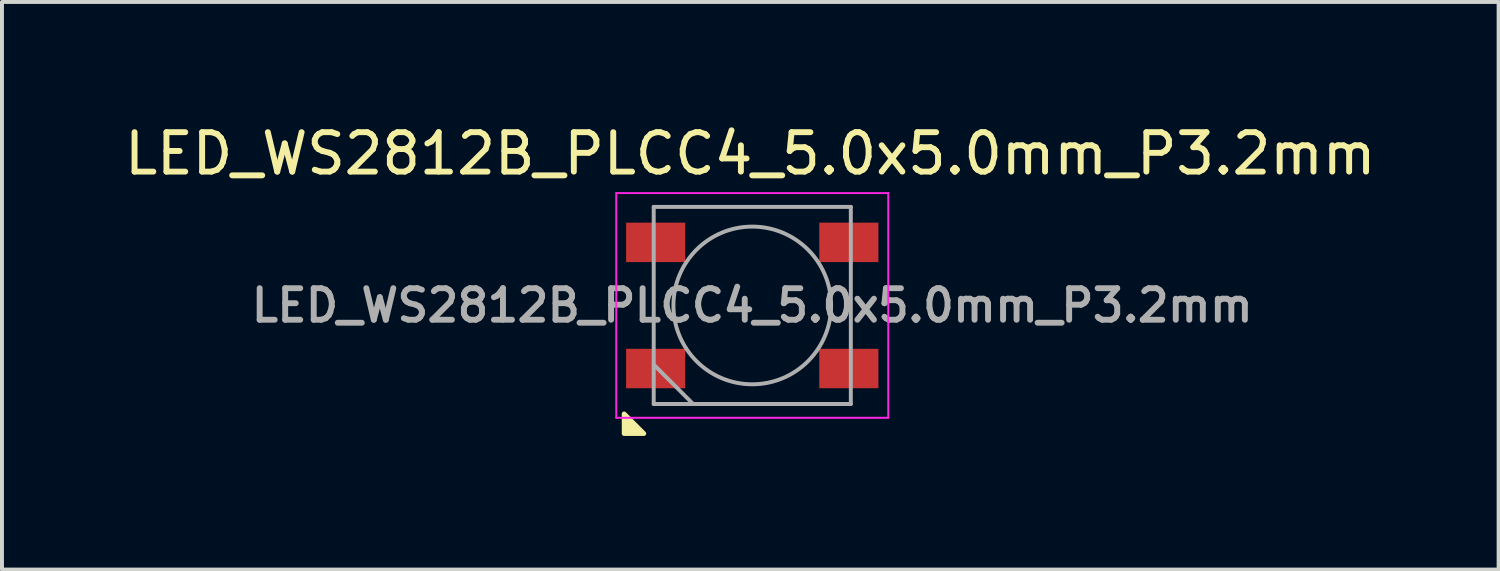
<source format=kicad_pcb>
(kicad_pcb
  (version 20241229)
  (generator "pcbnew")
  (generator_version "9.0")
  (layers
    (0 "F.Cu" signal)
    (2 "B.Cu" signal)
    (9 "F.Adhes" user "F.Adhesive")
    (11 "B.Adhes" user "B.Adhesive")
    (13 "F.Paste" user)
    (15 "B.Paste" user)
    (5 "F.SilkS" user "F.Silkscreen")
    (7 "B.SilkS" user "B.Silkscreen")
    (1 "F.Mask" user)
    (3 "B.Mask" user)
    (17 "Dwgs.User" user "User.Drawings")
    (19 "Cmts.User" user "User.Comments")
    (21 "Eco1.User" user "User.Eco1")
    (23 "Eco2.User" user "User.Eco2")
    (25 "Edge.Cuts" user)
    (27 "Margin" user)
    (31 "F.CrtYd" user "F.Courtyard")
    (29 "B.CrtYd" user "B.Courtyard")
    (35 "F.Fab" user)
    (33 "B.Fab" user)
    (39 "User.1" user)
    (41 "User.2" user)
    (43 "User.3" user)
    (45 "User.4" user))
  (footprint "LED_WS2812B_PLCC4_5.0x5.0mm_P3.2mm"
    (layer "F.Cu")
    (at 12.582 8.148)
    (property "Reference" "LED_WS2812B_PLCC4_5.0x5.0mm_P3.2mm" (at 3.4 -7.3 0) (layer "F.SilkS") (effects (font (size 1 1) (thickness 0.15))))
    (attr smd)
    (fp_poly (pts (xy 5.9 -1) (xy 1 -1) (xy 1 -5.9) (xy 5.9 -5.9)) (stroke (width 0.12) (type solid)) (fill yes) (layer "F.Mask"))
    (fp_poly (pts (xy 0.2 -0.7) (xy 0.7 -0.2) (xy 0.2 -0.2)) (stroke (width 0.12) (type solid)) (fill yes) (layer "F.SilkS"))
    (fp_line (start 0 -0.6) (end 0 -6.3) (stroke (width 0.05) (type solid)) (layer "F.CrtYd"))
    (fp_line (start 0 -0.6) (end 6.9 -0.6) (stroke (width 0.05) (type solid)) (layer "F.CrtYd"))
    (fp_line (start 6.9 -6.3) (end 0 -6.3) (stroke (width 0.05) (type solid)) (layer "F.CrtYd"))
    (fp_line (start 6.9 -0.6) (end 6.9 -6.3) (stroke (width 0.05) (type solid)) (layer "F.CrtYd"))
    (fp_line (start 0.95 -5.95) (end 0.95 -0.95) (stroke (width 0.1) (type solid)) (layer "F.Fab"))
    (fp_line (start 0.95 -0.95) (end 5.95 -0.95) (stroke (width 0.1) (type solid)) (layer "F.Fab"))
    (fp_line (start 1.95 -0.95) (end 0.95 -1.95) (stroke (width 0.1) (type solid)) (layer "F.Fab"))
    (fp_line (start 5.95 -5.95) (end 0.95 -5.95) (stroke (width 0.1) (type solid)) (layer "F.Fab"))
    (fp_line (start 5.95 -0.95) (end 5.95 -5.95) (stroke (width 0.1) (type solid)) (layer "F.Fab"))
    (fp_circle (center 3.45 -3.45) (end 3.45 -5.45) (stroke (width 0.1) (type solid)) (fill no) (layer "F.Fab"))
    (fp_text user "${REFERENCE}" (at 3.45 -3.45 0) (layer "F.Fab") (effects (font (size 0.8 0.8) (thickness 0.15))))
    (pad "1" smd rect (at 5.9 -5.05) (size 1.5 1) (layers "F.Cu" "F.Mask" "F.Paste"))
    (pad "2" smd rect (at 5.9 -1.85) (size 1.5 1) (layers "F.Cu" "F.Mask" "F.Paste"))
    (pad "3" smd rect (at 1 -1.85) (size 1.5 1) (layers "F.Cu" "F.Mask" "F.Paste"))
    (pad "4" smd rect (at 1 -5.05) (size 1.5 1) (layers "F.Cu" "F.Mask" "F.Paste"))
    (zone (net_name "") (layer "F.Cu") (hatch edge 0.508) (connect_pads) (min_thickness 0.254) (filled_areas_thickness no) (keepout (tracks allowed) (vias allowed) (pads allowed) (copperpour not_allowed) (footprints allowed)) (placement (enabled no)) (fill) (polygon (pts (xy 18.482 7.148) (xy 13.582 7.148) (xy 13.582 2.248) (xy 18.482 2.248)))))
  (gr_rect
    (start -3 -3)
    (end 34.964 11.398)
    (stroke (width 0.1) (type default))
    (fill no)
    (layer "Edge.Cuts")))
</source>
